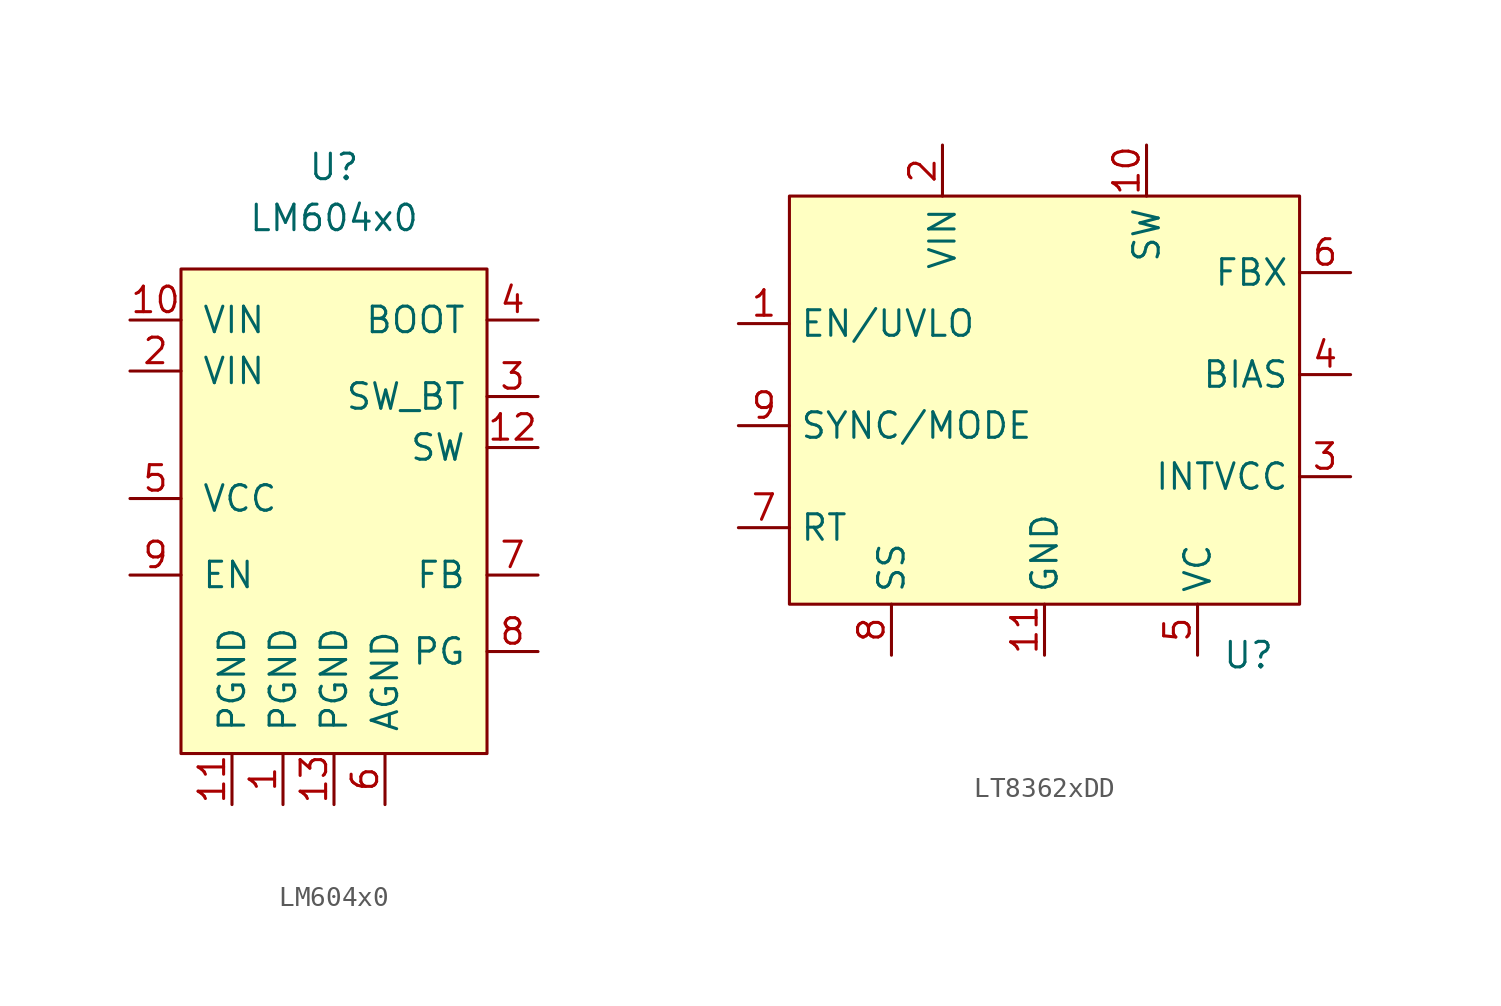
<source format=kicad_sym>
(kicad_symbol_lib
  (version 20220914)
  (generator kicad_symbol_editor)
  (symbol "LM604x0"
    (pin_names
      (offset 1.016))
    (property "Reference" "U"
      (at 1.27 13.97 0)
      (effects (font (size 1.27 1.27))))
    (property "Value" "LM604x0"
      (at 1.27 11.43 0)
      (effects (font (size 1.27 1.27))))
    (symbol "LM604x0_0_1"
      (rectangle (start -6.35 8.89) (end 8.89 -15.24) (stroke (width 0) (type default)) (fill (type background))))
    (symbol "LM604x0_1_1"
      (pin power_in line (at -1.27 -17.78 90) (length 2.54) (name "PGND" (effects (font (size 1.27 1.27)))) (number "1" (effects (font (size 1.27 1.27)))))
      (pin power_in line (at -8.89 6.35 0) (length 2.54) (name "VIN" (effects (font (size 1.27 1.27)))) (number "10" (effects (font (size 1.27 1.27)))))
      (pin power_in line (at -3.81 -17.78 90) (length 2.54) (name "PGND" (effects (font (size 1.27 1.27)))) (number "11" (effects (font (size 1.27 1.27)))))
      (pin power_out line (at 11.43 0 180) (length 2.54) (name "SW" (effects (font (size 1.27 1.27)))) (number "12" (effects (font (size 1.27 1.27)))))
      (pin power_in line (at 1.27 -17.78 90) (length 2.54) (name "PGND" (effects (font (size 1.27 1.27)))) (number "13" (effects (font (size 1.27 1.27)))))
      (pin power_in line (at -8.89 3.81 0) (length 2.54) (name "VIN" (effects (font (size 1.27 1.27)))) (number "2" (effects (font (size 1.27 1.27)))))
      (pin power_out line (at 11.43 2.54 180) (length 2.54) (name "SW_BT" (effects (font (size 1.27 1.27)))) (number "3" (effects (font (size 1.27 1.27)))))
      (pin power_out line (at 11.43 6.35 180) (length 2.54) (name "BOOT" (effects (font (size 1.27 1.27)))) (number "4" (effects (font (size 1.27 1.27)))))
      (pin power_out line (at -8.89 -2.54 0) (length 2.54) (name "VCC" (effects (font (size 1.27 1.27)))) (number "5" (effects (font (size 1.27 1.27)))))
      (pin power_in line (at 3.81 -17.78 90) (length 2.54) (name "AGND" (effects (font (size 1.27 1.27)))) (number "6" (effects (font (size 1.27 1.27)))))
      (pin input line (at 11.43 -6.35 180) (length 2.54) (name "FB" (effects (font (size 1.27 1.27)))) (number "7" (effects (font (size 1.27 1.27)))))
      (pin input line (at 11.43 -10.16 180) (length 2.54) (name "PG" (effects (font (size 1.27 1.27)))) (number "8" (effects (font (size 1.27 1.27)))))
      (pin input line (at -8.89 -6.35 0) (length 2.54) (name "EN" (effects (font (size 1.27 1.27)))) (number "9" (effects (font (size 1.27 1.27)))))))
  (symbol "LT8362xDD"
    (property "Reference" "U"
      (at 10.16 -12.7 0)
      (effects (font (size 1.27 1.27))))
    (property "Value" ""
      (at 10.16 -15.24 0)
      (effects (font (size 1.27 1.27))))
    (symbol "LT8362xDD_0_1"
      (rectangle (start -12.7 10.16) (end 12.7 -10.16) (stroke (width 0) (type default)) (fill (type background))))
    (symbol "LT8362xDD_1_1"
      (pin input line (at -15.24 3.81 0) (length 2.54) (name "EN/UVLO" (effects (font (size 1.27 1.27)))) (number "1" (effects (font (size 1.27 1.27)))))
      (pin output line (at 5.08 12.7 270) (length 2.54) (name "SW" (effects (font (size 1.27 1.27)))) (number "10" (effects (font (size 1.27 1.27)))))
      (pin power_in line (at 0 -12.7 90) (length 2.54) (name "GND" (effects (font (size 1.27 1.27)))) (number "11" (effects (font (size 1.27 1.27)))))
      (pin power_in line (at -5.08 12.7 270) (length 2.54) (name "VIN" (effects (font (size 1.27 1.27)))) (number "2" (effects (font (size 1.27 1.27)))))
      (pin power_out line (at 15.24 -3.81 180) (length 2.54) (name "INTVCC" (effects (font (size 1.27 1.27)))) (number "3" (effects (font (size 1.27 1.27)))))
      (pin power_in line (at 15.24 1.27 180) (length 2.54) (name "BIAS" (effects (font (size 1.27 1.27)))) (number "4" (effects (font (size 1.27 1.27)))))
      (pin output line (at 7.62 -12.7 90) (length 2.54) (name "VC" (effects (font (size 1.27 1.27)))) (number "5" (effects (font (size 1.27 1.27)))))
      (pin input line (at 15.24 6.35 180) (length 2.54) (name "FBX" (effects (font (size 1.27 1.27)))) (number "6" (effects (font (size 1.27 1.27)))))
      (pin input line (at -15.24 -6.35 0) (length 2.54) (name "RT" (effects (font (size 1.27 1.27)))) (number "7" (effects (font (size 1.27 1.27)))))
      (pin input line (at -7.62 -12.7 90) (length 2.54) (name "SS" (effects (font (size 1.27 1.27)))) (number "8" (effects (font (size 1.27 1.27)))))
      (pin input line (at -15.24 -1.27 0) (length 2.54) (name "SYNC/MODE" (effects (font (size 1.27 1.27)))) (number "9" (effects (font (size 1.27 1.27))))))))
</source>
